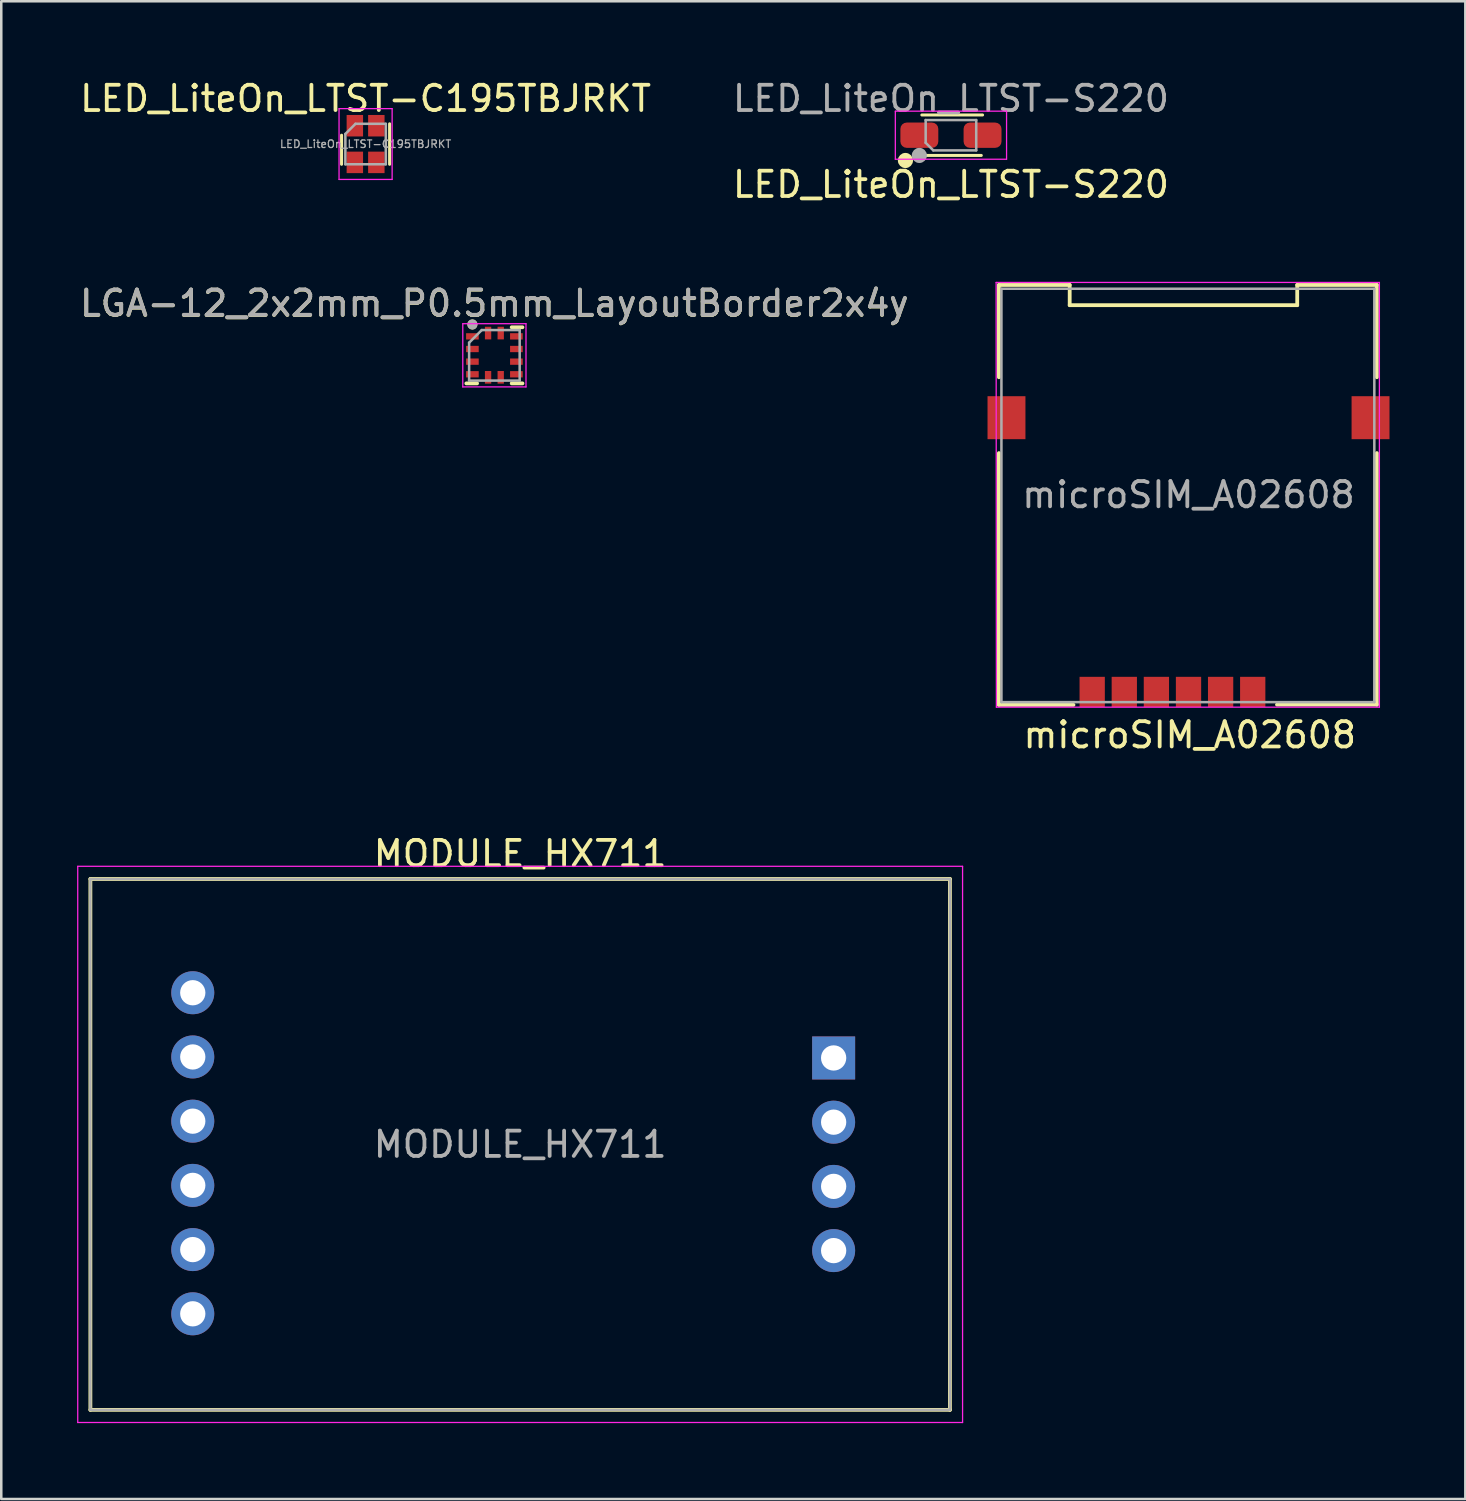
<source format=kicad_pcb>
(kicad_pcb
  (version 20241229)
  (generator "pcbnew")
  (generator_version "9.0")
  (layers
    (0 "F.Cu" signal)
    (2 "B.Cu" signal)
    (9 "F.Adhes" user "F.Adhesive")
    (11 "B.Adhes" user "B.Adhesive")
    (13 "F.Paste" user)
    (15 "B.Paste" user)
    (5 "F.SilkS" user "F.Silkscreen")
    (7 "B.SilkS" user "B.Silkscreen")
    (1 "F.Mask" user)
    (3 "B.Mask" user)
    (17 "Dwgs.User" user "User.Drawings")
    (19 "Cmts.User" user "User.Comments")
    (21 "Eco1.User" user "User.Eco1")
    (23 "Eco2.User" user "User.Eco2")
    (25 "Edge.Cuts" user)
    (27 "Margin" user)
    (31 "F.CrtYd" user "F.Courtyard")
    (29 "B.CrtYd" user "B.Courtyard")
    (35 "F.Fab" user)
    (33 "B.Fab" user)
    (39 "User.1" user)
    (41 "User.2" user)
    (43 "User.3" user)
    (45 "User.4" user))
  (footprint "LED_LiteOn_LTST-C195TBJRKT"
    (layer "F.Cu")
    (at 11.411 2.648)
    (property "Reference" "LED_LiteOn_LTST-C195TBJRKT" (at 0 -1.8 0) (layer "F.SilkS") (effects (font (size 1 1) (thickness 0.15))))
    (attr smd)
    (fp_line (start -0.95 -0.35) (end -0.95 0.8) (stroke (width 0.12) (type solid)) (layer "F.SilkS"))
    (fp_line (start 0.95 -0.8) (end 0.95 0.8) (stroke (width 0.12) (type solid)) (layer "F.SilkS"))
    (fp_line (start -1.05 -1.4) (end 1.05 -1.4) (stroke (width 0.05) (type solid)) (layer "F.CrtYd"))
    (fp_line (start -1.05 1.4) (end -1.05 -1.4) (stroke (width 0.05) (type solid)) (layer "F.CrtYd"))
    (fp_line (start 1.05 -1.4) (end 1.05 1.4) (stroke (width 0.05) (type solid)) (layer "F.CrtYd"))
    (fp_line (start 1.05 1.4) (end -1.05 1.4) (stroke (width 0.05) (type solid)) (layer "F.CrtYd"))
    (fp_line (start -0.8 -0.4) (end -0.8 0.8) (stroke (width 0.1) (type solid)) (layer "F.Fab"))
    (fp_line (start -0.8 0.8) (end 0.8 0.8) (stroke (width 0.1) (type solid)) (layer "F.Fab"))
    (fp_line (start -0.4 -0.8) (end -0.8 -0.4) (stroke (width 0.1) (type solid)) (layer "F.Fab"))
    (fp_line (start 0.8 -0.8) (end -0.4 -0.8) (stroke (width 0.1) (type solid)) (layer "F.Fab"))
    (fp_line (start 0.8 0.8) (end 0.8 -0.8) (stroke (width 0.1) (type solid)) (layer "F.Fab"))
    (fp_text user "${REFERENCE}" (at 0 0 0) (layer "F.Fab") (effects (font (size 0.3 0.3) (thickness 0.05))))
    (pad "1" smd rect (at -0.425 -0.725) (size 0.65 0.85) (layers "F.Cu" "F.Mask" "F.Paste"))
    (pad "2" smd rect (at 0.425 -0.725) (size 0.65 0.85) (layers "F.Cu" "F.Mask" "F.Paste"))
    (pad "3" smd rect (at 0.425 0.725) (size 0.65 0.85) (layers "F.Cu" "F.Mask" "F.Paste"))
    (pad "4" smd rect (at -0.425 0.725) (size 0.65 0.85) (layers "F.Cu" "F.Mask" "F.Paste")))
  (footprint "LED_LiteOn_LTST-S220"
    (layer "F.Cu")
    (at 34.565 2.298)
    (property "Reference" "LED_LiteOn_LTST-S220" (at 0 1.95 0) (layer "F.SilkS") (effects (font (size 1 1) (thickness 0.15))))
    (attr smd)
    (fp_line (start -1.2 0.8) (end 1.2 0.8) (stroke (width 0.12) (type solid)) (layer "F.SilkS"))
    (fp_line (start -1.15 -0.8) (end 1.25 -0.8) (stroke (width 0.12) (type solid)) (layer "F.SilkS"))
    (fp_circle (center -1.8 1) (end -1.65 1) (stroke (width 0.3) (type solid)) (fill no) (layer "F.SilkS"))
    (fp_line (start -2.2 -0.95) (end 2.2 -0.95) (stroke (width 0.05) (type solid)) (layer "F.CrtYd"))
    (fp_line (start -2.2 0.95) (end -2.2 -0.95) (stroke (width 0.05) (type solid)) (layer "F.CrtYd"))
    (fp_line (start 2.2 -0.95) (end 2.2 0.95) (stroke (width 0.05) (type solid)) (layer "F.CrtYd"))
    (fp_line (start 2.2 0.95) (end -2.2 0.95) (stroke (width 0.05) (type solid)) (layer "F.CrtYd"))
    (fp_line (start -1 -0.6) (end -1 0.3) (stroke (width 0.1) (type solid)) (layer "F.Fab"))
    (fp_line (start -0.7 0.6) (end -1 0.3) (stroke (width 0.1) (type solid)) (layer "F.Fab"))
    (fp_line (start -0.7 0.6) (end 1 0.6) (stroke (width 0.1) (type solid)) (layer "F.Fab"))
    (fp_line (start 1 -0.6) (end -1 -0.6) (stroke (width 0.1) (type solid)) (layer "F.Fab"))
    (fp_line (start 1 0.6) (end 1 -0.6) (stroke (width 0.1) (type solid)) (layer "F.Fab"))
    (fp_circle (center -1.25 0.8) (end -1.1 0.8) (stroke (width 0.3) (type solid)) (fill no) (layer "F.Fab"))
    (fp_text user "${REFERENCE}" (at 0 -1.45 0) (layer "F.Fab") (effects (font (size 1 1) (thickness 0.15))))
    (pad "1" smd roundrect (at -1.25 0) (size 1.5 1) (layers "F.Cu" "F.Mask" "F.Paste") (roundrect_rratio 0.25))
    (pad "2" smd roundrect (at 1.25 0) (size 1.5 1) (layers "F.Cu" "F.Mask" "F.Paste") (roundrect_rratio 0.25)))
  (footprint "microSIM_A02608"
    (layer "F.Cu")
    (at 43.962 18.872)
    (property "Reference" "microSIM_A02608" (at 0.05 7.15 180) (layer "F.SilkS") (effects (font (size 1 1) (thickness 0.15))))
    (attr smd)
    (fp_line (start -7.5 -7) (end -7.5 -10.65) (stroke (width 0.15) (type solid)) (layer "F.SilkS"))
    (fp_line (start -7.5 -4) (end -7.5 5.96) (stroke (width 0.15) (type solid)) (layer "F.SilkS"))
    (fp_line (start -4.7 -10.65) (end -7.5 -10.65) (stroke (width 0.15) (type solid)) (layer "F.SilkS"))
    (fp_line (start -4.7 -10.65) (end -4.7 -9.85) (stroke (width 0.15) (type solid)) (layer "F.SilkS"))
    (fp_line (start -4.7 -9.85) (end 4.3 -9.85) (stroke (width 0.15) (type solid)) (layer "F.SilkS"))
    (fp_line (start -4.55 5.96) (end -7.5 5.96) (stroke (width 0.15) (type solid)) (layer "F.SilkS"))
    (fp_line (start 4.3 -10.65) (end 7.45 -10.65) (stroke (width 0.15) (type solid)) (layer "F.SilkS"))
    (fp_line (start 4.3 -9.85) (end 4.3 -10.65) (stroke (width 0.15) (type solid)) (layer "F.SilkS"))
    (fp_line (start 7.45 -10.65) (end 7.45 -7) (stroke (width 0.15) (type solid)) (layer "F.SilkS"))
    (fp_line (start 7.45 -4) (end 7.45 5.95) (stroke (width 0.15) (type solid)) (layer "F.SilkS"))
    (fp_line (start 7.45 5.95) (end 3.5 5.95) (stroke (width 0.15) (type solid)) (layer "F.SilkS"))
    (fp_line (start -7.6 6.05) (end -7.61 -10.75) (stroke (width 0.05) (type solid)) (layer "F.CrtYd"))
    (fp_line (start 7.55 -10.75) (end -7.61 -10.75) (stroke (width 0.05) (type solid)) (layer "F.CrtYd"))
    (fp_line (start 7.55 6.05) (end -7.6 6.05) (stroke (width 0.05) (type solid)) (layer "F.CrtYd"))
    (fp_line (start 7.55 6.05) (end 7.55 -10.75) (stroke (width 0.05) (type solid)) (layer "F.CrtYd"))
    (fp_line (start -7.4 5.85) (end -7.4 -10.5) (stroke (width 0.1) (type solid)) (layer "F.Fab"))
    (fp_line (start 7.35 -10.5) (end -7.4 -10.5) (stroke (width 0.1) (type solid)) (layer "F.Fab"))
    (fp_line (start 7.35 5.85) (end -7.4 5.85) (stroke (width 0.1) (type solid)) (layer "F.Fab"))
    (fp_line (start 7.35 5.85) (end 7.35 -10.5) (stroke (width 0.1) (type solid)) (layer "F.Fab"))
    (fp_text user "${REFERENCE}" (at 0 -2.35 180) (layer "F.Fab") (effects (font (size 1 1) (thickness 0.15))))
    (pad "C1" smd rect (at -2.54 5.45 180) (size 1 1.2) (layers "F.Cu" "F.Mask" "F.Paste"))
    (pad "C2" smd rect (at -3.81 5.45 180) (size 1 1.2) (layers "F.Cu" "F.Mask" "F.Paste"))
    (pad "C3" smd rect (at 0 5.45 180) (size 1 1.2) (layers "F.Cu" "F.Mask" "F.Paste"))
    (pad "C4" smd rect (at -1.27 5.45 180) (size 1 1.2) (layers "F.Cu" "F.Mask" "F.Paste"))
    (pad "C5" smd rect (at 2.54 5.45 180) (size 1 1.2) (layers "F.Cu" "F.Mask" "F.Paste"))
    (pad "C6" smd rect (at 1.27 5.45 180) (size 1 1.2) (layers "F.Cu" "F.Mask" "F.Paste"))
    (pad "SH" smd rect (at -7.2 -5.4 180) (size 1.5 1.7) (layers "F.Cu" "F.Mask" "F.Paste"))
    (pad "SH" smd rect (at 7.2 -5.4 180) (size 1.5 1.7) (layers "F.Cu" "F.Mask" "F.Paste")))
  (footprint "LGA-12_2x2mm_P0.5mm_LayoutBorder2x4y"
    (layer "F.Cu")
    (at 16.506 11.005)
    (property "Reference" "LGA-12_2x2mm_P0.5mm_LayoutBorder2x4y" (at 0 -2.05 0) (layer "F.SilkS") (effects (font (size 1 1) (thickness 0.15))))
    (attr smd)
    (fp_line (start -0.685 1.11) (end -1.11 1.11) (stroke (width 0.15) (type solid)) (layer "F.SilkS"))
    (fp_line (start 0.685 -1.11) (end 1.11 -1.11) (stroke (width 0.15) (type solid)) (layer "F.SilkS"))
    (fp_line (start 0.685 1.11) (end 1.11 1.11) (stroke (width 0.15) (type solid)) (layer "F.SilkS"))
    (fp_circle (center -0.87 -1.22) (end -0.77 -1.22) (stroke (width 0.2) (type solid)) (fill no) (layer "F.SilkS"))
    (fp_line (start -1.25 -1.25) (end -1.25 1.25) (stroke (width 0.05) (type solid)) (layer "F.CrtYd"))
    (fp_line (start -1.25 1.25) (end 1.25 1.25) (stroke (width 0.05) (type solid)) (layer "F.CrtYd"))
    (fp_line (start 1.25 -1.25) (end -1.25 -1.25) (stroke (width 0.05) (type solid)) (layer "F.CrtYd"))
    (fp_line (start 1.25 1.25) (end 1.25 -1.25) (stroke (width 0.05) (type solid)) (layer "F.CrtYd"))
    (fp_line (start -1 -0.5) (end -0.5 -1) (stroke (width 0.1) (type solid)) (layer "F.Fab"))
    (fp_line (start -1 1) (end -1 -0.5) (stroke (width 0.1) (type solid)) (layer "F.Fab"))
    (fp_line (start -0.5 -1) (end 1 -1) (stroke (width 0.1) (type solid)) (layer "F.Fab"))
    (fp_line (start 1 -1) (end 1 1) (stroke (width 0.1) (type solid)) (layer "F.Fab"))
    (fp_line (start 1 1) (end -1 1) (stroke (width 0.1) (type solid)) (layer "F.Fab"))
    (fp_circle (center -0.87 -1.22) (end -0.77 -1.22) (stroke (width 0.2) (type solid)) (fill no) (layer "F.Fab"))
    (fp_text user "${REFERENCE}" (at 0 -2.06 0) (layer "F.Fab") (effects (font (size 1 1) (thickness 0.15))))
    (pad "1" smd rect (at -0.87 -0.75) (size 0.5 0.25) (layers "F.Cu" "F.Mask" "F.Paste"))
    (pad "2" smd rect (at -0.87 -0.25) (size 0.5 0.25) (layers "F.Cu" "F.Mask" "F.Paste"))
    (pad "3" smd rect (at -0.87 0.25) (size 0.5 0.25) (layers "F.Cu" "F.Mask" "F.Paste"))
    (pad "4" smd rect (at -0.87 0.75) (size 0.5 0.25) (layers "F.Cu" "F.Mask" "F.Paste"))
    (pad "5" smd rect (at -0.25 0.87) (size 0.25 0.5) (layers "F.Cu" "F.Mask" "F.Paste"))
    (pad "6" smd rect (at 0.25 0.87) (size 0.25 0.5) (layers "F.Cu" "F.Mask" "F.Paste"))
    (pad "7" smd rect (at 0.87 0.75) (size 0.5 0.25) (layers "F.Cu" "F.Mask" "F.Paste"))
    (pad "8" smd rect (at 0.87 0.25) (size 0.5 0.25) (layers "F.Cu" "F.Mask" "F.Paste"))
    (pad "9" smd rect (at 0.87 -0.25) (size 0.5 0.25) (layers "F.Cu" "F.Mask" "F.Paste"))
    (pad "10" smd rect (at 0.87 -0.75) (size 0.5 0.25) (layers "F.Cu" "F.Mask" "F.Paste"))
    (pad "11" smd rect (at 0.25 -0.88) (size 0.25 0.5) (layers "F.Cu" "F.Mask" "F.Paste"))
    (pad "12" smd rect (at -0.25 -0.88) (size 0.25 0.5) (layers "F.Cu" "F.Mask" "F.Paste")))
  (footprint "MODULE_HX711"
    (layer "F.Cu")
    (at 17.525 42.218)
    (property "Reference" "MODULE_HX711" (at 0 -11.5 0) (layer "F.SilkS") (effects (font (size 1 1) (thickness 0.15))))
    (attr through_hole)
    (fp_line (start -17 -10.5) (end 17 -10.5) (stroke (width 0.15) (type solid)) (layer "F.SilkS"))
    (fp_line (start -17 10.5) (end -17 -10.5) (stroke (width 0.15) (type solid)) (layer "F.SilkS"))
    (fp_line (start -17 10.5) (end 17 10.5) (stroke (width 0.15) (type solid)) (layer "F.SilkS"))
    (fp_line (start 17 10.5) (end 17 -10.5) (stroke (width 0.15) (type solid)) (layer "F.SilkS"))
    (fp_line (start -17.5 -11) (end 17.5 -11) (stroke (width 0.05) (type solid)) (layer "F.CrtYd"))
    (fp_line (start -17.5 11) (end -17.5 -11) (stroke (width 0.05) (type solid)) (layer "F.CrtYd"))
    (fp_line (start 17.5 -11) (end 17.5 11) (stroke (width 0.05) (type solid)) (layer "F.CrtYd"))
    (fp_line (start 17.5 11) (end -17.5 11) (stroke (width 0.05) (type solid)) (layer "F.CrtYd"))
    (fp_line (start -17 -10.5) (end -17 10.5) (stroke (width 0.1) (type solid)) (layer "F.Fab"))
    (fp_line (start -17 10.5) (end 17 10.5) (stroke (width 0.1) (type solid)) (layer "F.Fab"))
    (fp_line (start 17 -10.5) (end -17 -10.5) (stroke (width 0.1) (type solid)) (layer "F.Fab"))
    (fp_line (start 17 10.5) (end 17 -10.5) (stroke (width 0.1) (type solid)) (layer "F.Fab"))
    (fp_text user "${REFERENCE}" (at 0 0 0) (layer "F.Fab") (effects (font (size 1 1) (thickness 0.15))))
    (pad "1" thru_hole rect (at 12.4 -3.42 180) (size 1.7 1.7) (drill 1) (layers "*.Cu" "*.Mask"))
    (pad "2" thru_hole circle (at 12.4 -0.88 180) (size 1.7 1.7) (drill 1) (layers "*.Cu" "*.Mask"))
    (pad "3" thru_hole circle (at 12.4 1.66) (size 1.7 1.7) (drill 1) (layers "*.Cu" "*.Mask"))
    (pad "4" thru_hole circle (at 12.4 4.2) (size 1.7 1.7) (drill 1) (layers "*.Cu" "*.Mask"))
    (pad "5" thru_hole circle (at -12.95 -6 180) (size 1.7 1.7) (drill 1) (layers "*.Cu" "*.Mask"))
    (pad "6" thru_hole circle (at -12.95 -3.46 180) (size 1.7 1.7) (drill 1) (layers "*.Cu" "*.Mask"))
    (pad "7" thru_hole circle (at -12.95 -0.92) (size 1.7 1.7) (drill 1) (layers "*.Cu" "*.Mask"))
    (pad "8" thru_hole circle (at -12.95 1.62) (size 1.7 1.7) (drill 1) (layers "*.Cu" "*.Mask"))
    (pad "9" thru_hole circle (at -12.95 4.16) (size 1.7 1.7) (drill 1) (layers "*.Cu" "*.Mask"))
    (pad "10" thru_hole circle (at -12.95 6.7) (size 1.7 1.7) (drill 1) (layers "*.Cu" "*.Mask")))
  (gr_rect
    (start -3 -3)
    (end 54.912 56.243)
    (stroke (width 0.1) (type default))
    (fill no)
    (layer "Edge.Cuts")))
</source>
